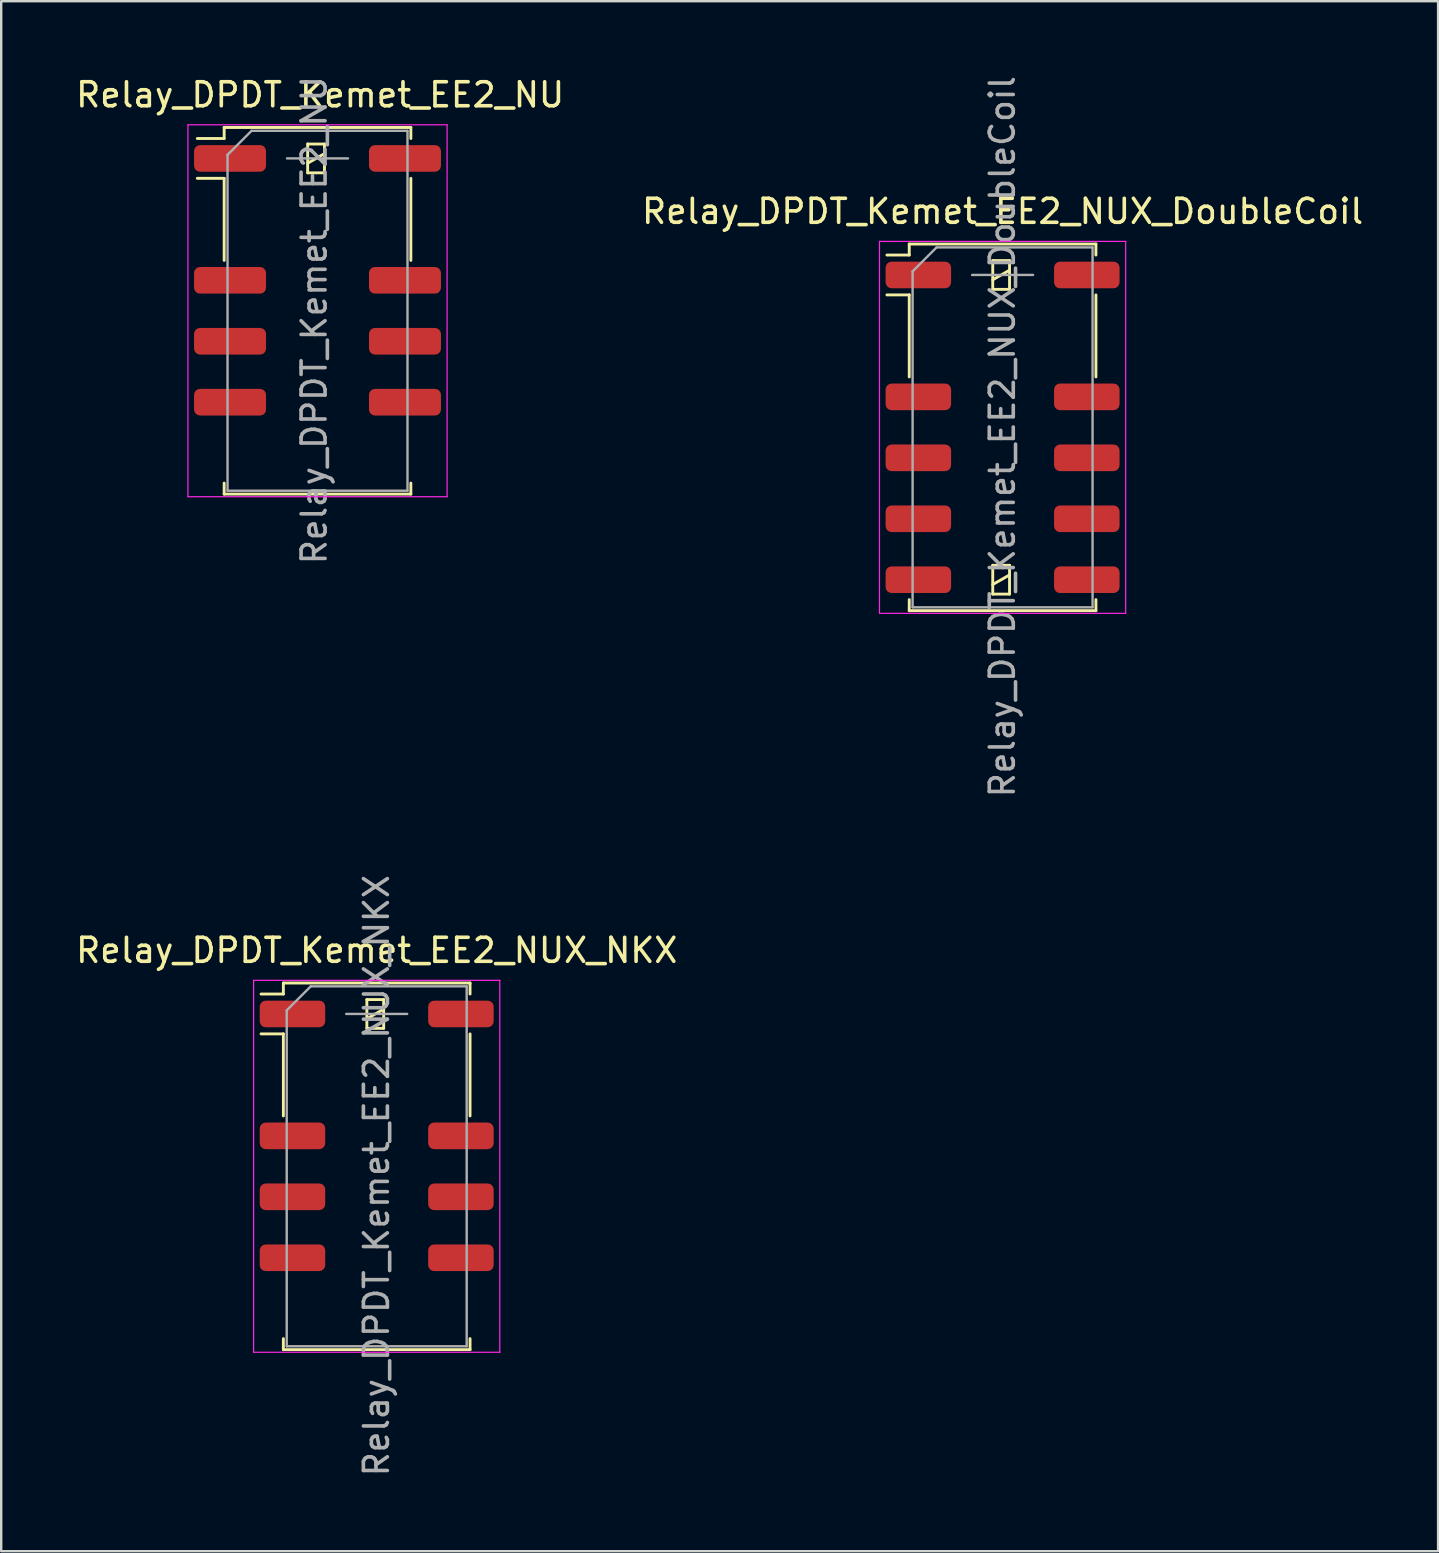
<source format=kicad_pcb>
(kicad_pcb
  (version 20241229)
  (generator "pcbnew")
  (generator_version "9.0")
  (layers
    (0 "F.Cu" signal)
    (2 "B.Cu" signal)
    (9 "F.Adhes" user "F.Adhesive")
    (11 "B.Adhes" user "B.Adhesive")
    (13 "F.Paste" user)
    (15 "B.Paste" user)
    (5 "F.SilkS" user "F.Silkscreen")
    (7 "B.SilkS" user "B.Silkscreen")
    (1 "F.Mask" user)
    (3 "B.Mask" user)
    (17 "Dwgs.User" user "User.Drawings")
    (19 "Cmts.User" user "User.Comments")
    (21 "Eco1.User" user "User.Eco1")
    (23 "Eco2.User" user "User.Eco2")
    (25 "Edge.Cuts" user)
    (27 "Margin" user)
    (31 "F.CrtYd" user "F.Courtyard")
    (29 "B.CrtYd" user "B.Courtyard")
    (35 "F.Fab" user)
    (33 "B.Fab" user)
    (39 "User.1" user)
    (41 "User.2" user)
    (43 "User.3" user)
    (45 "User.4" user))
  (footprint "Relay_DPDT_Kemet_EE2_NUX_NKX"
    (layer "F.Cu")
    (at 12.649 45.556)
    (property "Reference" "Relay_DPDT_Kemet_EE2_NUX_NKX" (at 0 -9 180) (layer "F.SilkS") (effects (font (size 1 1) (thickness 0.15))))
    (attr smd)
    (fp_line (start -3.89 -7.64) (end -3.89 -7.18) (stroke (width 0.12) (type solid)) (layer "F.SilkS"))
    (fp_line (start -3.89 -7.18) (end -4.82 -7.18) (stroke (width 0.12) (type solid)) (layer "F.SilkS"))
    (fp_line (start -3.89 -5.52) (end -4.82 -5.52) (stroke (width 0.12) (type solid)) (layer "F.SilkS"))
    (fp_line (start -3.89 -5.52) (end -3.89 -2.1) (stroke (width 0.12) (type solid)) (layer "F.SilkS"))
    (fp_line (start -3.89 7.18) (end -3.89 7.64) (stroke (width 0.12) (type solid)) (layer "F.SilkS"))
    (fp_line (start -0.41 -6.95) (end -0.41 -5.75) (stroke (width 0.12) (type solid)) (layer "F.SilkS"))
    (fp_line (start -0.41 -6.15) (end 0.29 -6.55) (stroke (width 0.12) (type solid)) (layer "F.SilkS"))
    (fp_line (start -0.41 -5.75) (end 0.29 -5.75) (stroke (width 0.12) (type solid)) (layer "F.SilkS"))
    (fp_line (start 0.29 -6.95) (end -0.41 -6.95) (stroke (width 0.12) (type solid)) (layer "F.SilkS"))
    (fp_line (start 0.29 -5.75) (end 0.29 -6.95) (stroke (width 0.12) (type solid)) (layer "F.SilkS"))
    (fp_line (start 3.89 -7.64) (end -3.89 -7.64) (stroke (width 0.12) (type solid)) (layer "F.SilkS"))
    (fp_line (start 3.89 -7.64) (end 3.89 -7.18) (stroke (width 0.12) (type solid)) (layer "F.SilkS"))
    (fp_line (start 3.89 -5.52) (end 3.89 -2.1) (stroke (width 0.12) (type solid)) (layer "F.SilkS"))
    (fp_line (start 3.89 7.18) (end 3.89 7.64) (stroke (width 0.12) (type solid)) (layer "F.SilkS"))
    (fp_line (start 3.89 7.64) (end -3.89 7.64) (stroke (width 0.12) (type solid)) (layer "F.SilkS"))
    (fp_line (start -5.13 -7.75) (end -5.13 7.75) (stroke (width 0.05) (type solid)) (layer "F.CrtYd"))
    (fp_line (start -5.13 7.75) (end 5.13 7.75) (stroke (width 0.05) (type solid)) (layer "F.CrtYd"))
    (fp_line (start 5.13 -7.75) (end -5.13 -7.75) (stroke (width 0.05) (type solid)) (layer "F.CrtYd"))
    (fp_line (start 5.13 -7.75) (end 5.13 7.75) (stroke (width 0.05) (type solid)) (layer "F.CrtYd"))
    (fp_line (start -3.75 -6.5) (end -3.75 7.5) (stroke (width 0.1) (type solid)) (layer "F.Fab"))
    (fp_line (start -3.75 -6.5) (end -2.75 -7.5) (stroke (width 0.1) (type solid)) (layer "F.Fab"))
    (fp_line (start -1.27 -6.35) (end 1.27 -6.35) (stroke (width 0.1) (type solid)) (layer "F.Fab"))
    (fp_line (start 3.75 -7.5) (end -2.75 -7.5) (stroke (width 0.1) (type solid)) (layer "F.Fab"))
    (fp_line (start 3.75 -7.5) (end 3.75 7.5) (stroke (width 0.1) (type solid)) (layer "F.Fab"))
    (fp_line (start 3.75 7.5) (end -3.75 7.5) (stroke (width 0.1) (type solid)) (layer "F.Fab"))
    (fp_text user "${REFERENCE}" (at -0.01 0.39 90) (layer "F.Fab") (effects (font (size 1 1) (thickness 0.15))))
    (pad "1" smd roundrect (at -3.51 -6.35 270) (size 1.11 2.73) (layers "F.Cu" "F.Mask" "F.Paste") (roundrect_rratio 0.225))
    (pad "3" smd roundrect (at -3.51 -1.27 270) (size 1.11 2.73) (layers "F.Cu" "F.Mask" "F.Paste") (roundrect_rratio 0.225))
    (pad "4" smd roundrect (at -3.51 1.27 270) (size 1.11 2.73) (layers "F.Cu" "F.Mask" "F.Paste") (roundrect_rratio 0.225))
    (pad "5" smd roundrect (at -3.51 3.81 270) (size 1.11 2.73) (layers "F.Cu" "F.Mask" "F.Paste") (roundrect_rratio 0.225))
    (pad "8" smd roundrect (at 3.51 3.81 270) (size 1.11 2.73) (layers "F.Cu" "F.Mask" "F.Paste") (roundrect_rratio 0.225))
    (pad "9" smd roundrect (at 3.51 1.27 270) (size 1.11 2.73) (layers "F.Cu" "F.Mask" "F.Paste") (roundrect_rratio 0.225))
    (pad "10" smd roundrect (at 3.51 -1.27 270) (size 1.11 2.73) (layers "F.Cu" "F.Mask" "F.Paste") (roundrect_rratio 0.225))
    (pad "12" smd roundrect (at 3.51 -6.35 270) (size 1.11 2.73) (layers "F.Cu" "F.Mask" "F.Paste") (roundrect_rratio 0.225)))
  (footprint "Relay_DPDT_Kemet_EE2_NU"
    (layer "F.Cu")
    (at 10.182 9.902)
    (property "Reference" "Relay_DPDT_Kemet_EE2_NU" (at 0.11 -9 180) (layer "F.SilkS") (effects (font (size 1 1) (thickness 0.15))))
    (attr smd)
    (fp_line (start -3.89 -7.64) (end -3.89 -7.18) (stroke (width 0.12) (type solid)) (layer "F.SilkS"))
    (fp_line (start -3.89 -7.18) (end -5.01 -7.18) (stroke (width 0.12) (type solid)) (layer "F.SilkS"))
    (fp_line (start -3.89 -5.52) (end -5.01 -5.52) (stroke (width 0.12) (type solid)) (layer "F.SilkS"))
    (fp_line (start -3.89 -5.52) (end -3.89 -2.1) (stroke (width 0.12) (type solid)) (layer "F.SilkS"))
    (fp_line (start -3.89 7.18) (end -3.89 7.64) (stroke (width 0.12) (type solid)) (layer "F.SilkS"))
    (fp_line (start -0.41 -6.95) (end -0.41 -5.75) (stroke (width 0.12) (type solid)) (layer "F.SilkS"))
    (fp_line (start -0.41 -6.15) (end 0.29 -6.55) (stroke (width 0.12) (type solid)) (layer "F.SilkS"))
    (fp_line (start -0.41 -5.75) (end 0.29 -5.75) (stroke (width 0.12) (type solid)) (layer "F.SilkS"))
    (fp_line (start 0.29 -6.95) (end -0.41 -6.95) (stroke (width 0.12) (type solid)) (layer "F.SilkS"))
    (fp_line (start 0.29 -5.75) (end 0.29 -6.95) (stroke (width 0.12) (type solid)) (layer "F.SilkS"))
    (fp_line (start 3.89 -7.64) (end -3.89 -7.64) (stroke (width 0.12) (type solid)) (layer "F.SilkS"))
    (fp_line (start 3.89 -7.64) (end 3.89 -7.18) (stroke (width 0.12) (type solid)) (layer "F.SilkS"))
    (fp_line (start 3.89 -5.52) (end 3.89 -2.1) (stroke (width 0.12) (type solid)) (layer "F.SilkS"))
    (fp_line (start 3.89 7.18) (end 3.89 7.64) (stroke (width 0.12) (type solid)) (layer "F.SilkS"))
    (fp_line (start 3.89 7.64) (end -3.89 7.64) (stroke (width 0.12) (type solid)) (layer "F.SilkS"))
    (fp_line (start -5.4 -7.75) (end -5.4 7.75) (stroke (width 0.05) (type solid)) (layer "F.CrtYd"))
    (fp_line (start -5.4 7.75) (end 5.4 7.75) (stroke (width 0.05) (type solid)) (layer "F.CrtYd"))
    (fp_line (start 5.4 -7.75) (end -5.4 -7.75) (stroke (width 0.05) (type solid)) (layer "F.CrtYd"))
    (fp_line (start 5.4 -7.75) (end 5.4 7.75) (stroke (width 0.05) (type solid)) (layer "F.CrtYd"))
    (fp_line (start -3.75 -6.5) (end -3.75 7.5) (stroke (width 0.1) (type solid)) (layer "F.Fab"))
    (fp_line (start -3.75 -6.5) (end -2.75 -7.5) (stroke (width 0.1) (type solid)) (layer "F.Fab"))
    (fp_line (start -1.27 -6.35) (end 1.27 -6.35) (stroke (width 0.1) (type solid)) (layer "F.Fab"))
    (fp_line (start 3.75 -7.5) (end -2.75 -7.5) (stroke (width 0.1) (type solid)) (layer "F.Fab"))
    (fp_line (start 3.75 -7.5) (end 3.75 7.5) (stroke (width 0.1) (type solid)) (layer "F.Fab"))
    (fp_line (start 3.75 7.5) (end -3.75 7.5) (stroke (width 0.1) (type solid)) (layer "F.Fab"))
    (fp_text user "${REFERENCE}" (at -0.14 0.39 90) (layer "F.Fab") (effects (font (size 1 1) (thickness 0.15))))
    (pad "1" smd roundrect (at -3.645 -6.35 270) (size 1.11 3) (layers "F.Cu" "F.Mask" "F.Paste") (roundrect_rratio 0.225))
    (pad "3" smd roundrect (at -3.645 -1.27 270) (size 1.11 3) (layers "F.Cu" "F.Mask" "F.Paste") (roundrect_rratio 0.225))
    (pad "4" smd roundrect (at -3.645 1.27 270) (size 1.11 3) (layers "F.Cu" "F.Mask" "F.Paste") (roundrect_rratio 0.225))
    (pad "5" smd roundrect (at -3.645 3.81 270) (size 1.11 3) (layers "F.Cu" "F.Mask" "F.Paste") (roundrect_rratio 0.225))
    (pad "8" smd roundrect (at 3.645 3.81 270) (size 1.11 3) (layers "F.Cu" "F.Mask" "F.Paste") (roundrect_rratio 0.225))
    (pad "9" smd roundrect (at 3.645 1.27 270) (size 1.11 3) (layers "F.Cu" "F.Mask" "F.Paste") (roundrect_rratio 0.225))
    (pad "10" smd roundrect (at 3.645 -1.27 270) (size 1.11 3) (layers "F.Cu" "F.Mask" "F.Paste") (roundrect_rratio 0.225))
    (pad "12" smd roundrect (at 3.645 -6.35 270) (size 1.11 3) (layers "F.Cu" "F.Mask" "F.Paste") (roundrect_rratio 0.225)))
  (footprint "Relay_DPDT_Kemet_EE2_NUX_DoubleCoil"
    (layer "F.Cu")
    (at 38.732 14.759)
    (property "Reference" "Relay_DPDT_Kemet_EE2_NUX_DoubleCoil" (at 0 -9 180) (layer "F.SilkS") (effects (font (size 1 1) (thickness 0.15))))
    (attr smd)
    (fp_line (start -3.89 -7.64) (end -3.89 -7.18) (stroke (width 0.12) (type solid)) (layer "F.SilkS"))
    (fp_line (start -3.89 -7.18) (end -4.82 -7.18) (stroke (width 0.12) (type solid)) (layer "F.SilkS"))
    (fp_line (start -3.89 -5.52) (end -4.82 -5.52) (stroke (width 0.12) (type solid)) (layer "F.SilkS"))
    (fp_line (start -3.89 -5.52) (end -3.89 -2.1) (stroke (width 0.12) (type solid)) (layer "F.SilkS"))
    (fp_line (start -3.89 7.18) (end -3.89 7.64) (stroke (width 0.12) (type solid)) (layer "F.SilkS"))
    (fp_line (start -0.41 -6.95) (end -0.41 -5.75) (stroke (width 0.12) (type solid)) (layer "F.SilkS"))
    (fp_line (start -0.41 -6.15) (end 0.29 -6.55) (stroke (width 0.12) (type solid)) (layer "F.SilkS"))
    (fp_line (start -0.41 -5.75) (end 0.29 -5.75) (stroke (width 0.12) (type solid)) (layer "F.SilkS"))
    (fp_line (start -0.41 5.75) (end -0.41 6.95) (stroke (width 0.12) (type solid)) (layer "F.SilkS"))
    (fp_line (start -0.41 6.55) (end 0.29 6.15) (stroke (width 0.12) (type solid)) (layer "F.SilkS"))
    (fp_line (start -0.41 6.95) (end 0.29 6.95) (stroke (width 0.12) (type solid)) (layer "F.SilkS"))
    (fp_line (start 0.29 -6.95) (end -0.41 -6.95) (stroke (width 0.12) (type solid)) (layer "F.SilkS"))
    (fp_line (start 0.29 -5.75) (end 0.29 -6.95) (stroke (width 0.12) (type solid)) (layer "F.SilkS"))
    (fp_line (start 0.29 5.75) (end -0.41 5.75) (stroke (width 0.12) (type solid)) (layer "F.SilkS"))
    (fp_line (start 0.29 6.95) (end 0.29 5.75) (stroke (width 0.12) (type solid)) (layer "F.SilkS"))
    (fp_line (start 3.89 -7.64) (end -3.89 -7.64) (stroke (width 0.12) (type solid)) (layer "F.SilkS"))
    (fp_line (start 3.89 -7.64) (end 3.89 -7.18) (stroke (width 0.12) (type solid)) (layer "F.SilkS"))
    (fp_line (start 3.89 -5.52) (end 3.89 -2.1) (stroke (width 0.12) (type solid)) (layer "F.SilkS"))
    (fp_line (start 3.89 7.18) (end 3.89 7.64) (stroke (width 0.12) (type solid)) (layer "F.SilkS"))
    (fp_line (start 3.89 7.64) (end -3.89 7.64) (stroke (width 0.12) (type solid)) (layer "F.SilkS"))
    (fp_line (start -5.13 -7.75) (end -5.13 7.75) (stroke (width 0.05) (type solid)) (layer "F.CrtYd"))
    (fp_line (start -5.13 7.75) (end 5.13 7.75) (stroke (width 0.05) (type solid)) (layer "F.CrtYd"))
    (fp_line (start 5.13 -7.75) (end -5.13 -7.75) (stroke (width 0.05) (type solid)) (layer "F.CrtYd"))
    (fp_line (start 5.13 -7.75) (end 5.13 7.75) (stroke (width 0.05) (type solid)) (layer "F.CrtYd"))
    (fp_line (start -3.75 -6.5) (end -3.75 7.5) (stroke (width 0.1) (type solid)) (layer "F.Fab"))
    (fp_line (start -3.75 -6.5) (end -2.75 -7.5) (stroke (width 0.1) (type solid)) (layer "F.Fab"))
    (fp_line (start -1.27 -6.35) (end 1.27 -6.35) (stroke (width 0.1) (type solid)) (layer "F.Fab"))
    (fp_line (start 3.75 -7.5) (end -2.75 -7.5) (stroke (width 0.1) (type solid)) (layer "F.Fab"))
    (fp_line (start 3.75 -7.5) (end 3.75 7.5) (stroke (width 0.1) (type solid)) (layer "F.Fab"))
    (fp_line (start 3.75 7.5) (end -3.75 7.5) (stroke (width 0.1) (type solid)) (layer "F.Fab"))
    (fp_text user "${REFERENCE}" (at -0.01 0.39 90) (layer "F.Fab") (effects (font (size 1 1) (thickness 0.15))))
    (pad "1" smd roundrect (at -3.51 -6.35 270) (size 1.11 2.73) (layers "F.Cu" "F.Mask" "F.Paste") (roundrect_rratio 0.225))
    (pad "3" smd roundrect (at -3.51 -1.27 270) (size 1.11 2.73) (layers "F.Cu" "F.Mask" "F.Paste") (roundrect_rratio 0.225))
    (pad "4" smd roundrect (at -3.51 1.27 270) (size 1.11 2.73) (layers "F.Cu" "F.Mask" "F.Paste") (roundrect_rratio 0.225))
    (pad "5" smd roundrect (at -3.51 3.81 270) (size 1.11 2.73) (layers "F.Cu" "F.Mask" "F.Paste") (roundrect_rratio 0.225))
    (pad "6" smd roundrect (at -3.51 6.35 270) (size 1.11 2.73) (layers "F.Cu" "F.Mask" "F.Paste") (roundrect_rratio 0.225))
    (pad "7" smd roundrect (at 3.51 6.35 270) (size 1.11 2.73) (layers "F.Cu" "F.Mask" "F.Paste") (roundrect_rratio 0.225))
    (pad "8" smd roundrect (at 3.51 3.81 270) (size 1.11 2.73) (layers "F.Cu" "F.Mask" "F.Paste") (roundrect_rratio 0.225))
    (pad "9" smd roundrect (at 3.51 1.27 270) (size 1.11 2.73) (layers "F.Cu" "F.Mask" "F.Paste") (roundrect_rratio 0.225))
    (pad "10" smd roundrect (at 3.51 -1.27 270) (size 1.11 2.73) (layers "F.Cu" "F.Mask" "F.Paste") (roundrect_rratio 0.225))
    (pad "12" smd roundrect (at 3.51 -6.35 270) (size 1.11 2.73) (layers "F.Cu" "F.Mask" "F.Paste") (roundrect_rratio 0.225)))
  (gr_rect
    (start -3 -3)
    (end 56.881 61.595)
    (stroke (width 0.1) (type default))
    (fill no)
    (layer "Edge.Cuts")))
</source>
